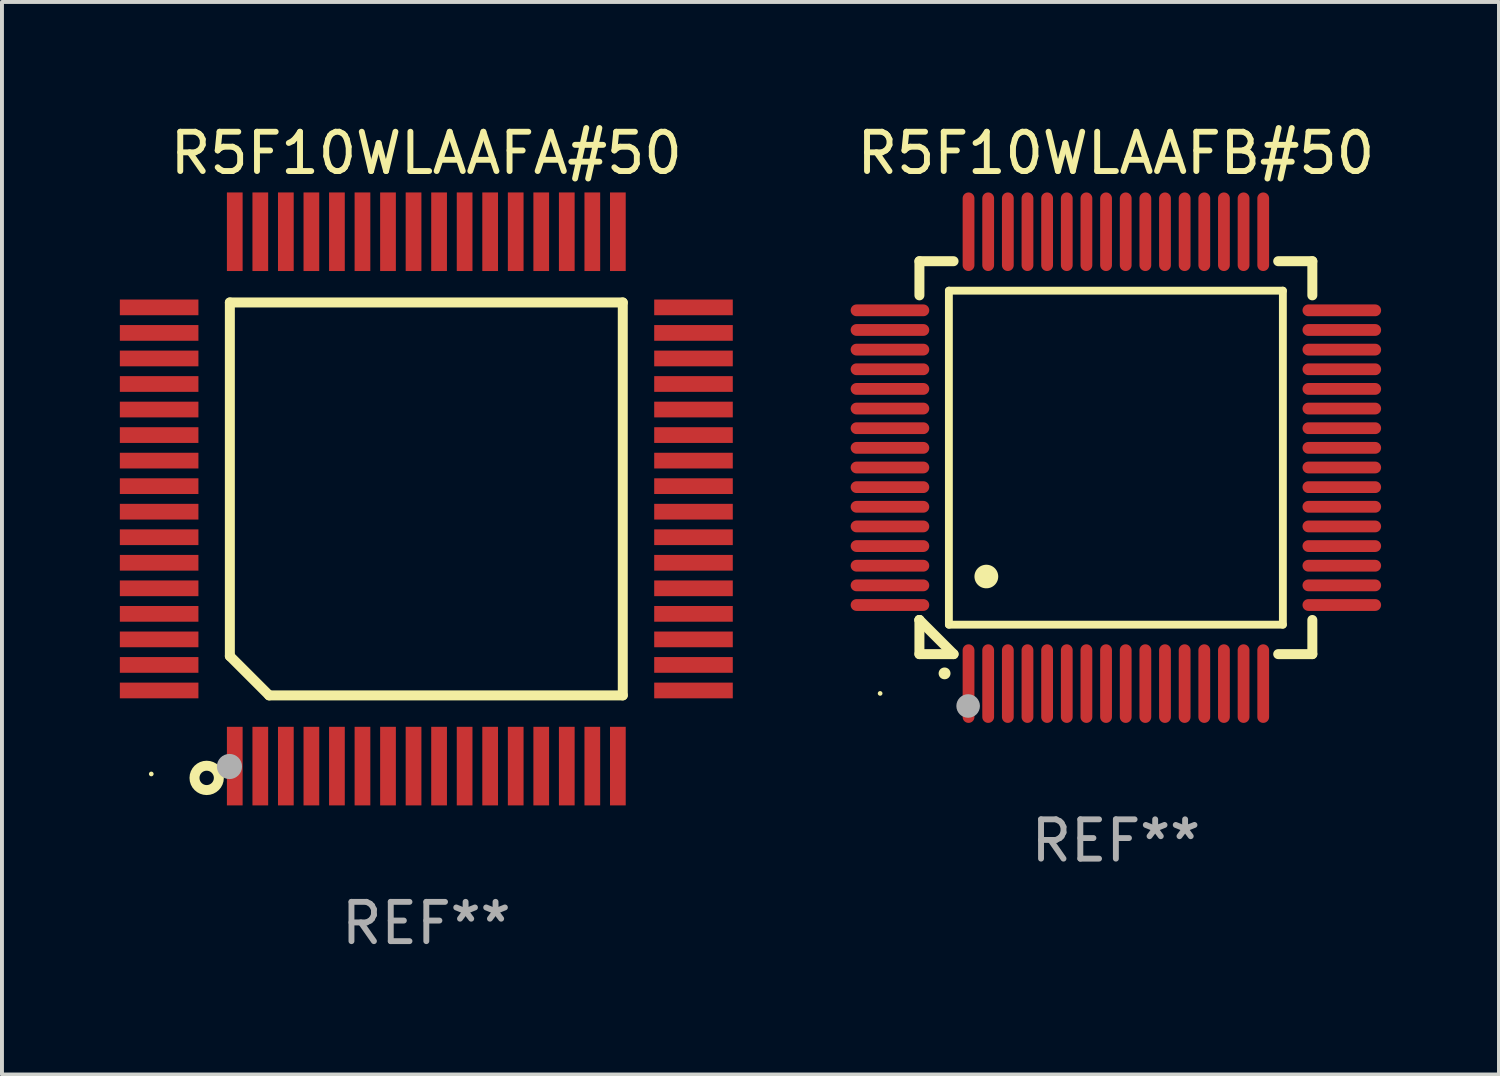
<source format=kicad_pcb>
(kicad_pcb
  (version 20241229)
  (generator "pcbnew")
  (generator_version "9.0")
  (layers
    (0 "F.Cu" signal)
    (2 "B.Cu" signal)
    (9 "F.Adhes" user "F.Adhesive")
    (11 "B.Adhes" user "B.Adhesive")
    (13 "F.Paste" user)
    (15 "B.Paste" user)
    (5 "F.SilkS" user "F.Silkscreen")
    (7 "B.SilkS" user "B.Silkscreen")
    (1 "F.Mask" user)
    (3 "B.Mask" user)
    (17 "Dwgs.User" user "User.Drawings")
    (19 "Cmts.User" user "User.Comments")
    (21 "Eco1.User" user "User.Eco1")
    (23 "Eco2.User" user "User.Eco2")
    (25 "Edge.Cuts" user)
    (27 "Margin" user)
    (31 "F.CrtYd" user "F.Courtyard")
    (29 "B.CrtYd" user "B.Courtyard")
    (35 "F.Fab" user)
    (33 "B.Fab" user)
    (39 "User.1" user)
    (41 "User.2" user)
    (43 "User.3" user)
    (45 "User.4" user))
  (footprint "R5F10WLAAFB#50"
    (layer "F.Cu")
    (at 25.35 8.598)
    (property "Reference" "R5F10WLAAFB#50" (at 0 -7.75 0) (layer "F.SilkS") (effects (font (size 1 1) (thickness 0.15))))
    (attr through_hole)
    (fp_line (start -5 -5) (end -4.131 -5) (stroke (width 0.254) (type solid)) (layer "F.SilkS"))
    (fp_line (start -5 -4.131) (end -5 -5) (stroke (width 0.254) (type solid)) (layer "F.SilkS"))
    (fp_line (start -5 4.131) (end -5 4.131) (stroke (width 0.254) (type solid)) (layer "F.SilkS"))
    (fp_line (start -5 5) (end -5 4.131) (stroke (width 0.254) (type solid)) (layer "F.SilkS"))
    (fp_line (start -5 4.131) (end -4.131 5) (stroke (width 0.254) (type solid)) (layer "F.SilkS"))
    (fp_line (start -4.25 -4.25) (end -4.25 4.25) (stroke (width 0.2) (type solid)) (layer "F.SilkS"))
    (fp_line (start -4.25 4.25) (end 4.25 4.25) (stroke (width 0.2) (type solid)) (layer "F.SilkS"))
    (fp_line (start -4.131 5) (end -5 5) (stroke (width 0.254) (type solid)) (layer "F.SilkS"))
    (fp_line (start 4.25 -4.25) (end -4.25 -4.25) (stroke (width 0.2) (type solid)) (layer "F.SilkS"))
    (fp_line (start 4.25 4.25) (end 4.25 -4.25) (stroke (width 0.2) (type solid)) (layer "F.SilkS"))
    (fp_line (start 5 -5) (end 4.131 -5) (stroke (width 0.254) (type solid)) (layer "F.SilkS"))
    (fp_line (start 5 -5) (end 5 -4.131) (stroke (width 0.254) (type solid)) (layer "F.SilkS"))
    (fp_line (start 5 4.131) (end 5 5) (stroke (width 0.254) (type solid)) (layer "F.SilkS"))
    (fp_line (start 5 5) (end 4.131 5) (stroke (width 0.254) (type solid)) (layer "F.SilkS"))
    (fp_arc (start -4.361265 5.489992) (mid -4.359995 5.489987) (end -4.358725 5.489992) (stroke (width 0.3) (type solid)) (layer "F.SilkS"))
    (fp_arc (start -3.299467 3.025146) (mid -3.296927 3.025135) (end -3.294387 3.025146) (stroke (width 0.6) (type solid)) (layer "F.SilkS"))
    (fp_circle (center -6 6) (end -5.97 6) (stroke (width 0.06) (type solid)) (fill no) (layer "F.SilkS"))
    (fp_circle (center -3.76 6.32) (end -3.61 6.32) (stroke (width 0.3) (type solid)) (fill no) (layer "F.Fab"))
    (fp_text user "REF**" (at 0 9.75 0) (layer "F.Fab") (effects (font (size 1 1) (thickness 0.15))))
    (pad "1" smd oval (at -3.75 5.75) (size 0.3 2) (layers "F.Cu" "F.Mask" "F.Paste"))
    (pad "2" smd oval (at -3.25 5.75) (size 0.3 2) (layers "F.Cu" "F.Mask" "F.Paste"))
    (pad "3" smd oval (at -2.75 5.75) (size 0.3 2) (layers "F.Cu" "F.Mask" "F.Paste"))
    (pad "4" smd oval (at -2.25 5.75) (size 0.3 2) (layers "F.Cu" "F.Mask" "F.Paste"))
    (pad "5" smd oval (at -1.75 5.75) (size 0.3 2) (layers "F.Cu" "F.Mask" "F.Paste"))
    (pad "6" smd oval (at -1.25 5.75) (size 0.3 2) (layers "F.Cu" "F.Mask" "F.Paste"))
    (pad "7" smd oval (at -0.75 5.75) (size 0.3 2) (layers "F.Cu" "F.Mask" "F.Paste"))
    (pad "8" smd oval (at -0.25 5.75) (size 0.3 2) (layers "F.Cu" "F.Mask" "F.Paste"))
    (pad "9" smd oval (at 0.25 5.75) (size 0.3 2) (layers "F.Cu" "F.Mask" "F.Paste"))
    (pad "10" smd oval (at 0.75 5.75) (size 0.3 2) (layers "F.Cu" "F.Mask" "F.Paste"))
    (pad "11" smd oval (at 1.25 5.75) (size 0.3 2) (layers "F.Cu" "F.Mask" "F.Paste"))
    (pad "12" smd oval (at 1.75 5.75) (size 0.3 2) (layers "F.Cu" "F.Mask" "F.Paste"))
    (pad "13" smd oval (at 2.25 5.75) (size 0.3 2) (layers "F.Cu" "F.Mask" "F.Paste"))
    (pad "14" smd oval (at 2.75 5.75) (size 0.3 2) (layers "F.Cu" "F.Mask" "F.Paste"))
    (pad "15" smd oval (at 3.25 5.75) (size 0.3 2) (layers "F.Cu" "F.Mask" "F.Paste"))
    (pad "16" smd oval (at 3.75 5.75) (size 0.3 2) (layers "F.Cu" "F.Mask" "F.Paste"))
    (pad "17" smd oval (at 5.75 3.75) (size 2 0.3) (layers "F.Cu" "F.Mask" "F.Paste"))
    (pad "18" smd oval (at 5.75 3.25) (size 2 0.3) (layers "F.Cu" "F.Mask" "F.Paste"))
    (pad "19" smd oval (at 5.75 2.75) (size 2 0.3) (layers "F.Cu" "F.Mask" "F.Paste"))
    (pad "20" smd oval (at 5.75 2.25) (size 2 0.3) (layers "F.Cu" "F.Mask" "F.Paste"))
    (pad "21" smd oval (at 5.75 1.75) (size 2 0.3) (layers "F.Cu" "F.Mask" "F.Paste"))
    (pad "22" smd oval (at 5.75 1.25) (size 2 0.3) (layers "F.Cu" "F.Mask" "F.Paste"))
    (pad "23" smd oval (at 5.75 0.75) (size 2 0.3) (layers "F.Cu" "F.Mask" "F.Paste"))
    (pad "24" smd oval (at 5.75 0.25) (size 2 0.3) (layers "F.Cu" "F.Mask" "F.Paste"))
    (pad "25" smd oval (at 5.75 -0.25) (size 2 0.3) (layers "F.Cu" "F.Mask" "F.Paste"))
    (pad "26" smd oval (at 5.75 -0.75) (size 2 0.3) (layers "F.Cu" "F.Mask" "F.Paste"))
    (pad "27" smd oval (at 5.75 -1.25) (size 2 0.3) (layers "F.Cu" "F.Mask" "F.Paste"))
    (pad "28" smd oval (at 5.75 -1.75) (size 2 0.3) (layers "F.Cu" "F.Mask" "F.Paste"))
    (pad "29" smd oval (at 5.75 -2.25) (size 2 0.3) (layers "F.Cu" "F.Mask" "F.Paste"))
    (pad "30" smd oval (at 5.75 -2.75) (size 2 0.3) (layers "F.Cu" "F.Mask" "F.Paste"))
    (pad "31" smd oval (at 5.75 -3.25) (size 2 0.3) (layers "F.Cu" "F.Mask" "F.Paste"))
    (pad "32" smd oval (at 5.75 -3.75) (size 2 0.3) (layers "F.Cu" "F.Mask" "F.Paste"))
    (pad "33" smd oval (at 3.75 -5.75) (size 0.3 2) (layers "F.Cu" "F.Mask" "F.Paste"))
    (pad "34" smd oval (at 3.25 -5.75) (size 0.3 2) (layers "F.Cu" "F.Mask" "F.Paste"))
    (pad "35" smd oval (at 2.75 -5.75) (size 0.3 2) (layers "F.Cu" "F.Mask" "F.Paste"))
    (pad "36" smd oval (at 2.25 -5.75) (size 0.3 2) (layers "F.Cu" "F.Mask" "F.Paste"))
    (pad "37" smd oval (at 1.75 -5.75) (size 0.3 2) (layers "F.Cu" "F.Mask" "F.Paste"))
    (pad "38" smd oval (at 1.25 -5.75) (size 0.3 2) (layers "F.Cu" "F.Mask" "F.Paste"))
    (pad "39" smd oval (at 0.75 -5.75) (size 0.3 2) (layers "F.Cu" "F.Mask" "F.Paste"))
    (pad "40" smd oval (at 0.25 -5.75) (size 0.3 2) (layers "F.Cu" "F.Mask" "F.Paste"))
    (pad "41" smd oval (at -0.25 -5.75) (size 0.3 2) (layers "F.Cu" "F.Mask" "F.Paste"))
    (pad "42" smd oval (at -0.75 -5.75) (size 0.3 2) (layers "F.Cu" "F.Mask" "F.Paste"))
    (pad "43" smd oval (at -1.25 -5.75) (size 0.3 2) (layers "F.Cu" "F.Mask" "F.Paste"))
    (pad "44" smd oval (at -1.75 -5.75) (size 0.3 2) (layers "F.Cu" "F.Mask" "F.Paste"))
    (pad "45" smd oval (at -2.25 -5.75) (size 0.3 2) (layers "F.Cu" "F.Mask" "F.Paste"))
    (pad "46" smd oval (at -2.75 -5.75) (size 0.3 2) (layers "F.Cu" "F.Mask" "F.Paste"))
    (pad "47" smd oval (at -3.25 -5.75) (size 0.3 2) (layers "F.Cu" "F.Mask" "F.Paste"))
    (pad "48" smd oval (at -3.75 -5.75) (size 0.3 2) (layers "F.Cu" "F.Mask" "F.Paste"))
    (pad "49" smd oval (at -5.75 -3.75) (size 2 0.3) (layers "F.Cu" "F.Mask" "F.Paste"))
    (pad "50" smd oval (at -5.75 -3.25) (size 2 0.3) (layers "F.Cu" "F.Mask" "F.Paste"))
    (pad "51" smd oval (at -5.75 -2.75) (size 2 0.3) (layers "F.Cu" "F.Mask" "F.Paste"))
    (pad "52" smd oval (at -5.75 -2.25) (size 2 0.3) (layers "F.Cu" "F.Mask" "F.Paste"))
    (pad "53" smd oval (at -5.75 -1.75) (size 2 0.3) (layers "F.Cu" "F.Mask" "F.Paste"))
    (pad "54" smd oval (at -5.75 -1.25) (size 2 0.3) (layers "F.Cu" "F.Mask" "F.Paste"))
    (pad "55" smd oval (at -5.75 -0.75) (size 2 0.3) (layers "F.Cu" "F.Mask" "F.Paste"))
    (pad "56" smd oval (at -5.75 -0.25) (size 2 0.3) (layers "F.Cu" "F.Mask" "F.Paste"))
    (pad "57" smd oval (at -5.75 0.25) (size 2 0.3) (layers "F.Cu" "F.Mask" "F.Paste"))
    (pad "58" smd oval (at -5.75 0.75) (size 2 0.3) (layers "F.Cu" "F.Mask" "F.Paste"))
    (pad "59" smd oval (at -5.75 1.25) (size 2 0.3) (layers "F.Cu" "F.Mask" "F.Paste"))
    (pad "60" smd oval (at -5.75 1.75) (size 2 0.3) (layers "F.Cu" "F.Mask" "F.Paste"))
    (pad "61" smd oval (at -5.75 2.25) (size 2 0.3) (layers "F.Cu" "F.Mask" "F.Paste"))
    (pad "62" smd oval (at -5.75 2.75) (size 2 0.3) (layers "F.Cu" "F.Mask" "F.Paste"))
    (pad "63" smd oval (at -5.75 3.25) (size 2 0.3) (layers "F.Cu" "F.Mask" "F.Paste"))
    (pad "64" smd oval (at -5.75 3.75) (size 2 0.3) (layers "F.Cu" "F.Mask" "F.Paste")))
  (footprint "R5F10WLAAFA#50"
    (layer "F.Cu")
    (at 7.8 9.648)
    (property "Reference" "R5F10WLAAFA#50" (at 0 -8.8 0) (layer "F.SilkS") (effects (font (size 1 1) (thickness 0.15))))
    (attr through_hole)
    (fp_line (start -5 -5) (end 5 -5) (stroke (width 0.254) (type solid)) (layer "F.SilkS"))
    (fp_line (start -5 4) (end -5 -5) (stroke (width 0.254) (type solid)) (layer "F.SilkS"))
    (fp_line (start -4 5) (end -5 4) (stroke (width 0.254) (type solid)) (layer "F.SilkS"))
    (fp_line (start 5 -5) (end 5 5) (stroke (width 0.254) (type solid)) (layer "F.SilkS"))
    (fp_line (start 5 5) (end -4 5) (stroke (width 0.254) (type solid)) (layer "F.SilkS"))
    (fp_circle (center -7 7) (end -6.97 7) (stroke (width 0.06) (type solid)) (fill no) (layer "F.SilkS"))
    (fp_circle (center -5.59 7.1) (end -5.28 7.1) (stroke (width 0.254) (type solid)) (fill no) (layer "F.SilkS"))
    (fp_circle (center -5.01 6.81) (end -4.85 6.81) (stroke (width 0.32) (type solid)) (fill no) (layer "F.Fab"))
    (fp_text user "REF**" (at 0 10.8 0) (layer "F.Fab") (effects (font (size 1 1) (thickness 0.15))))
    (pad "1" smd rect (at -4.875 6.8) (size 0.4 2) (layers "F.Cu" "F.Mask" "F.Paste"))
    (pad "2" smd rect (at -4.225 6.8) (size 0.4 2) (layers "F.Cu" "F.Mask" "F.Paste"))
    (pad "3" smd rect (at -3.575 6.8) (size 0.4 2) (layers "F.Cu" "F.Mask" "F.Paste"))
    (pad "4" smd rect (at -2.925 6.8) (size 0.4 2) (layers "F.Cu" "F.Mask" "F.Paste"))
    (pad "5" smd rect (at -2.275 6.8) (size 0.4 2) (layers "F.Cu" "F.Mask" "F.Paste"))
    (pad "6" smd rect (at -1.625 6.8) (size 0.4 2) (layers "F.Cu" "F.Mask" "F.Paste"))
    (pad "7" smd rect (at -0.975 6.8) (size 0.4 2) (layers "F.Cu" "F.Mask" "F.Paste"))
    (pad "8" smd rect (at -0.325 6.8) (size 0.4 2) (layers "F.Cu" "F.Mask" "F.Paste"))
    (pad "9" smd rect (at 0.325 6.8) (size 0.4 2) (layers "F.Cu" "F.Mask" "F.Paste"))
    (pad "10" smd rect (at 0.975 6.8) (size 0.4 2) (layers "F.Cu" "F.Mask" "F.Paste"))
    (pad "11" smd rect (at 1.625 6.8) (size 0.4 2) (layers "F.Cu" "F.Mask" "F.Paste"))
    (pad "12" smd rect (at 2.275 6.8) (size 0.4 2) (layers "F.Cu" "F.Mask" "F.Paste"))
    (pad "13" smd rect (at 2.925 6.8) (size 0.4 2) (layers "F.Cu" "F.Mask" "F.Paste"))
    (pad "14" smd rect (at 3.575 6.8) (size 0.4 2) (layers "F.Cu" "F.Mask" "F.Paste"))
    (pad "15" smd rect (at 4.225 6.8) (size 0.4 2) (layers "F.Cu" "F.Mask" "F.Paste"))
    (pad "16" smd rect (at 4.875 6.8) (size 0.4 2) (layers "F.Cu" "F.Mask" "F.Paste"))
    (pad "17" smd rect (at 6.8 4.875) (size 2 0.4) (layers "F.Cu" "F.Mask" "F.Paste"))
    (pad "18" smd rect (at 6.8 4.225) (size 2 0.4) (layers "F.Cu" "F.Mask" "F.Paste"))
    (pad "19" smd rect (at 6.8 3.575) (size 2 0.4) (layers "F.Cu" "F.Mask" "F.Paste"))
    (pad "20" smd rect (at 6.8 2.925) (size 2 0.4) (layers "F.Cu" "F.Mask" "F.Paste"))
    (pad "21" smd rect (at 6.8 2.275) (size 2 0.4) (layers "F.Cu" "F.Mask" "F.Paste"))
    (pad "22" smd rect (at 6.8 1.625) (size 2 0.4) (layers "F.Cu" "F.Mask" "F.Paste"))
    (pad "23" smd rect (at 6.8 0.975) (size 2 0.4) (layers "F.Cu" "F.Mask" "F.Paste"))
    (pad "24" smd rect (at 6.8 0.325) (size 2 0.4) (layers "F.Cu" "F.Mask" "F.Paste"))
    (pad "25" smd rect (at 6.8 -0.325) (size 2 0.4) (layers "F.Cu" "F.Mask" "F.Paste"))
    (pad "26" smd rect (at 6.8 -0.975) (size 2 0.4) (layers "F.Cu" "F.Mask" "F.Paste"))
    (pad "27" smd rect (at 6.8 -1.625) (size 2 0.4) (layers "F.Cu" "F.Mask" "F.Paste"))
    (pad "28" smd rect (at 6.8 -2.275) (size 2 0.4) (layers "F.Cu" "F.Mask" "F.Paste"))
    (pad "29" smd rect (at 6.8 -2.925) (size 2 0.4) (layers "F.Cu" "F.Mask" "F.Paste"))
    (pad "30" smd rect (at 6.8 -3.575) (size 2 0.4) (layers "F.Cu" "F.Mask" "F.Paste"))
    (pad "31" smd rect (at 6.8 -4.225) (size 2 0.4) (layers "F.Cu" "F.Mask" "F.Paste"))
    (pad "32" smd rect (at 6.8 -4.875) (size 2 0.4) (layers "F.Cu" "F.Mask" "F.Paste"))
    (pad "33" smd rect (at 4.875 -6.8) (size 0.4 2) (layers "F.Cu" "F.Mask" "F.Paste"))
    (pad "34" smd rect (at 4.225 -6.8) (size 0.4 2) (layers "F.Cu" "F.Mask" "F.Paste"))
    (pad "35" smd rect (at 3.575 -6.8) (size 0.4 2) (layers "F.Cu" "F.Mask" "F.Paste"))
    (pad "36" smd rect (at 2.925 -6.8) (size 0.4 2) (layers "F.Cu" "F.Mask" "F.Paste"))
    (pad "37" smd rect (at 2.275 -6.8) (size 0.4 2) (layers "F.Cu" "F.Mask" "F.Paste"))
    (pad "38" smd rect (at 1.625 -6.8) (size 0.4 2) (layers "F.Cu" "F.Mask" "F.Paste"))
    (pad "39" smd rect (at 0.975 -6.8) (size 0.4 2) (layers "F.Cu" "F.Mask" "F.Paste"))
    (pad "40" smd rect (at 0.325 -6.8) (size 0.4 2) (layers "F.Cu" "F.Mask" "F.Paste"))
    (pad "41" smd rect (at -0.325 -6.8) (size 0.4 2) (layers "F.Cu" "F.Mask" "F.Paste"))
    (pad "42" smd rect (at -0.975 -6.8) (size 0.4 2) (layers "F.Cu" "F.Mask" "F.Paste"))
    (pad "43" smd rect (at -1.625 -6.8) (size 0.4 2) (layers "F.Cu" "F.Mask" "F.Paste"))
    (pad "44" smd rect (at -2.275 -6.8) (size 0.4 2) (layers "F.Cu" "F.Mask" "F.Paste"))
    (pad "45" smd rect (at -2.925 -6.8) (size 0.4 2) (layers "F.Cu" "F.Mask" "F.Paste"))
    (pad "46" smd rect (at -3.575 -6.8) (size 0.4 2) (layers "F.Cu" "F.Mask" "F.Paste"))
    (pad "47" smd rect (at -4.225 -6.8) (size 0.4 2) (layers "F.Cu" "F.Mask" "F.Paste"))
    (pad "48" smd rect (at -4.875 -6.8) (size 0.4 2) (layers "F.Cu" "F.Mask" "F.Paste"))
    (pad "49" smd rect (at -6.8 -4.875) (size 2 0.4) (layers "F.Cu" "F.Mask" "F.Paste"))
    (pad "50" smd rect (at -6.8 -4.225) (size 2 0.4) (layers "F.Cu" "F.Mask" "F.Paste"))
    (pad "51" smd rect (at -6.8 -3.575) (size 2 0.4) (layers "F.Cu" "F.Mask" "F.Paste"))
    (pad "52" smd rect (at -6.8 -2.925) (size 2 0.4) (layers "F.Cu" "F.Mask" "F.Paste"))
    (pad "53" smd rect (at -6.8 -2.275) (size 2 0.4) (layers "F.Cu" "F.Mask" "F.Paste"))
    (pad "54" smd rect (at -6.8 -1.625) (size 2 0.4) (layers "F.Cu" "F.Mask" "F.Paste"))
    (pad "55" smd rect (at -6.8 -0.975) (size 2 0.4) (layers "F.Cu" "F.Mask" "F.Paste"))
    (pad "56" smd rect (at -6.8 -0.325) (size 2 0.4) (layers "F.Cu" "F.Mask" "F.Paste"))
    (pad "57" smd rect (at -6.8 0.325) (size 2 0.4) (layers "F.Cu" "F.Mask" "F.Paste"))
    (pad "58" smd rect (at -6.8 0.975) (size 2 0.4) (layers "F.Cu" "F.Mask" "F.Paste"))
    (pad "59" smd rect (at -6.8 1.625) (size 2 0.4) (layers "F.Cu" "F.Mask" "F.Paste"))
    (pad "60" smd rect (at -6.8 2.275) (size 2 0.4) (layers "F.Cu" "F.Mask" "F.Paste"))
    (pad "61" smd rect (at -6.8 2.925) (size 2 0.4) (layers "F.Cu" "F.Mask" "F.Paste"))
    (pad "62" smd rect (at -6.8 3.575) (size 2 0.4) (layers "F.Cu" "F.Mask" "F.Paste"))
    (pad "63" smd rect (at -6.8 4.225) (size 2 0.4) (layers "F.Cu" "F.Mask" "F.Paste"))
    (pad "64" smd rect (at -6.8 4.875) (size 2 0.4) (layers "F.Cu" "F.Mask" "F.Paste")))
  (gr_rect
    (start -3 -3)
    (end 35.1 24.297)
    (stroke (width 0.1) (type default))
    (fill no)
    (layer "Edge.Cuts")))
</source>
